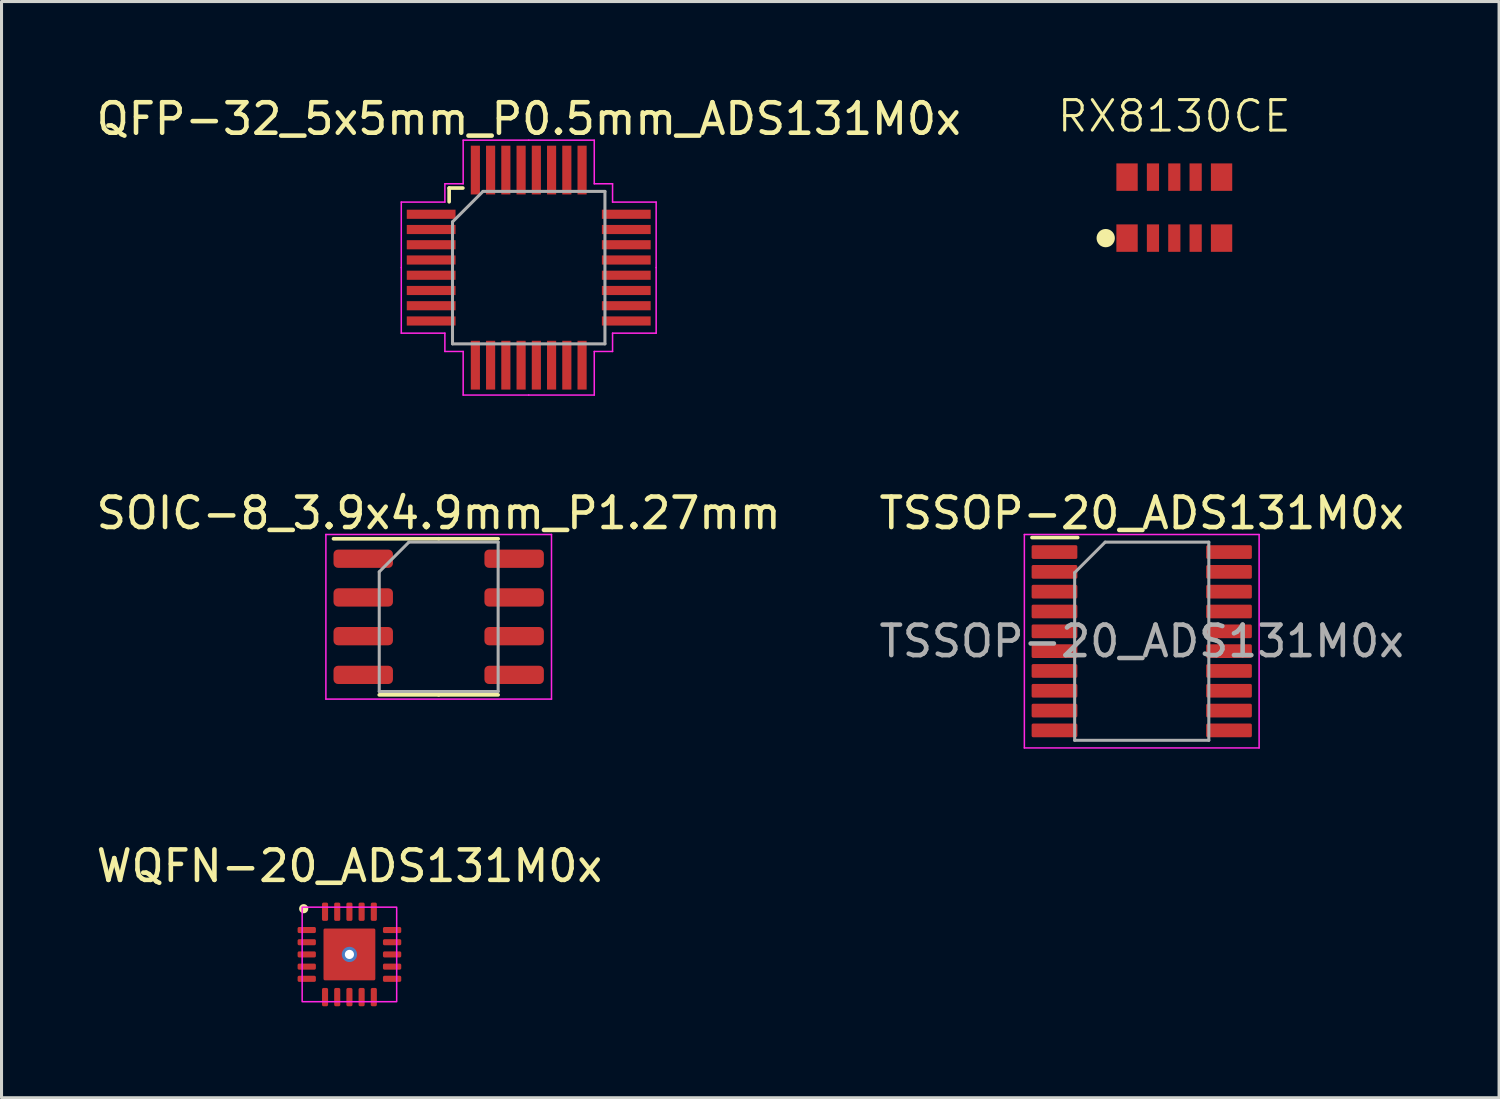
<source format=kicad_pcb>
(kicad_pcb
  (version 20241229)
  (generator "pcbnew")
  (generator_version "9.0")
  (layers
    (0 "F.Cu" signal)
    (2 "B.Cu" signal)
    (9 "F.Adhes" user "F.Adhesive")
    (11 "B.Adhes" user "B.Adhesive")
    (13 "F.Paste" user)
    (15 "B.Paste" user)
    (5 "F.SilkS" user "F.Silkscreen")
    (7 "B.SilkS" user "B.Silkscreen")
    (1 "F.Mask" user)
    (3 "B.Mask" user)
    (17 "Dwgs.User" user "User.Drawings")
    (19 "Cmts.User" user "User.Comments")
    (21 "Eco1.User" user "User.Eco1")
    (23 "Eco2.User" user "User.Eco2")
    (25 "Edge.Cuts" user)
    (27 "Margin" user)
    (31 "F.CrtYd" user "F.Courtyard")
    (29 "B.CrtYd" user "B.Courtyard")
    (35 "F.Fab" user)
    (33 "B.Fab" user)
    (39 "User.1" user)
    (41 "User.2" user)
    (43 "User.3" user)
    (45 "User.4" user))
  (footprint "TSSOP-20_ADS131M0x"
    (layer "F.Cu")
    (at 34.399 17.982)
    (property "Reference" "TSSOP-20_ADS131M0x" (at 0 -4.2 0) (layer "F.SilkS") (effects (font (size 1 1) (thickness 0.15))))
    (attr smd)
    (fp_line (start -2.1 -3.4) (end -3.6 -3.4) (stroke (width 0.12) (type solid)) (layer "F.SilkS"))
    (fp_line (start -3.85 -3.5) (end -3.85 3.5) (stroke (width 0.05) (type solid)) (layer "F.CrtYd"))
    (fp_line (start -3.85 3.5) (end 3.85 3.5) (stroke (width 0.05) (type solid)) (layer "F.CrtYd"))
    (fp_line (start 3.85 -3.5) (end -3.85 -3.5) (stroke (width 0.05) (type solid)) (layer "F.CrtYd"))
    (fp_line (start 3.85 3.5) (end 3.85 -3.5) (stroke (width 0.05) (type solid)) (layer "F.CrtYd"))
    (fp_line (start -2.2 -2.25) (end -1.2 -3.25) (stroke (width 0.1) (type solid)) (layer "F.Fab"))
    (fp_line (start -2.2 3.25) (end -2.2 -2.25) (stroke (width 0.1) (type solid)) (layer "F.Fab"))
    (fp_line (start -1.2 -3.25) (end 2.2 -3.25) (stroke (width 0.1) (type solid)) (layer "F.Fab"))
    (fp_line (start 2.2 -3.25) (end 2.2 3.25) (stroke (width 0.1) (type solid)) (layer "F.Fab"))
    (fp_line (start 2.2 3.25) (end -2.2 3.25) (stroke (width 0.1) (type solid)) (layer "F.Fab"))
    (fp_text user "${REFERENCE}" (at 0 0 0) (layer "F.Fab") (effects (font (size 1 1) (thickness 0.15))))
    (pad "1" smd roundrect (at -2.862 -2.925) (size 1.5 0.45) (layers "F.Cu" "F.Mask" "F.Paste") (roundrect_rratio 0.111))
    (pad "2" smd roundrect (at -2.862 -2.275) (size 1.5 0.45) (layers "F.Cu" "F.Mask" "F.Paste") (roundrect_rratio 0.111))
    (pad "3" smd roundrect (at -2.862 -1.625) (size 1.5 0.45) (layers "F.Cu" "F.Mask" "F.Paste") (roundrect_rratio 0.111))
    (pad "4" smd roundrect (at -2.862 -0.975) (size 1.5 0.45) (layers "F.Cu" "F.Mask" "F.Paste") (roundrect_rratio 0.111))
    (pad "5" smd roundrect (at -2.862 -0.325) (size 1.5 0.45) (layers "F.Cu" "F.Mask" "F.Paste") (roundrect_rratio 0.111))
    (pad "6" smd roundrect (at -2.862 0.325) (size 1.5 0.45) (layers "F.Cu" "F.Mask" "F.Paste") (roundrect_rratio 0.111))
    (pad "7" smd roundrect (at -2.862 0.975) (size 1.5 0.45) (layers "F.Cu" "F.Mask" "F.Paste") (roundrect_rratio 0.111))
    (pad "8" smd roundrect (at -2.862 1.625) (size 1.5 0.45) (layers "F.Cu" "F.Mask" "F.Paste") (roundrect_rratio 0.111))
    (pad "9" smd roundrect (at -2.862 2.275) (size 1.5 0.45) (layers "F.Cu" "F.Mask" "F.Paste") (roundrect_rratio 0.111))
    (pad "10" smd roundrect (at -2.862 2.925) (size 1.5 0.45) (layers "F.Cu" "F.Mask" "F.Paste") (roundrect_rratio 0.111))
    (pad "11" smd roundrect (at 2.862 2.925) (size 1.5 0.45) (layers "F.Cu" "F.Mask" "F.Paste") (roundrect_rratio 0.111))
    (pad "12" smd roundrect (at 2.862 2.275) (size 1.5 0.45) (layers "F.Cu" "F.Mask" "F.Paste") (roundrect_rratio 0.111))
    (pad "13" smd roundrect (at 2.862 1.625) (size 1.5 0.45) (layers "F.Cu" "F.Mask" "F.Paste") (roundrect_rratio 0.111))
    (pad "14" smd roundrect (at 2.862 0.975) (size 1.5 0.45) (layers "F.Cu" "F.Mask" "F.Paste") (roundrect_rratio 0.111))
    (pad "15" smd roundrect (at 2.862 0.325) (size 1.5 0.45) (layers "F.Cu" "F.Mask" "F.Paste") (roundrect_rratio 0.111))
    (pad "16" smd roundrect (at 2.862 -0.325) (size 1.5 0.45) (layers "F.Cu" "F.Mask" "F.Paste") (roundrect_rratio 0.111))
    (pad "17" smd roundrect (at 2.862 -0.975) (size 1.5 0.45) (layers "F.Cu" "F.Mask" "F.Paste") (roundrect_rratio 0.111))
    (pad "18" smd roundrect (at 2.862 -1.625) (size 1.5 0.45) (layers "F.Cu" "F.Mask" "F.Paste") (roundrect_rratio 0.111))
    (pad "19" smd roundrect (at 2.862 -2.275) (size 1.5 0.45) (layers "F.Cu" "F.Mask" "F.Paste") (roundrect_rratio 0.111))
    (pad "20" smd roundrect (at 2.862 -2.925) (size 1.5 0.45) (layers "F.Cu" "F.Mask" "F.Paste") (roundrect_rratio 0.111)))
  (footprint "QFP-32_5x5mm_P0.5mm_ADS131M0x"
    (layer "F.Cu")
    (at 14.292 5.728)
    (property "Reference" "QFP-32_5x5mm_P0.5mm_ADS131M0x" (at 0 -4.88 0) (layer "F.SilkS") (effects (font (size 1 1) (thickness 0.15))))
    (attr smd)
    (fp_line (start -2.61 -2.61) (end -2.61 -2.16) (stroke (width 0.12) (type solid)) (layer "F.SilkS"))
    (fp_line (start -2.16 -2.61) (end -2.61 -2.61) (stroke (width 0.12) (type solid)) (layer "F.SilkS"))
    (fp_line (start -4.18 -2.15) (end -4.18 0) (stroke (width 0.05) (type solid)) (layer "F.CrtYd"))
    (fp_line (start -4.18 2.15) (end -4.18 0) (stroke (width 0.05) (type solid)) (layer "F.CrtYd"))
    (fp_line (start -2.75 -2.75) (end -2.75 -2.15) (stroke (width 0.05) (type solid)) (layer "F.CrtYd"))
    (fp_line (start -2.75 -2.15) (end -4.18 -2.15) (stroke (width 0.05) (type solid)) (layer "F.CrtYd"))
    (fp_line (start -2.75 2.15) (end -4.18 2.15) (stroke (width 0.05) (type solid)) (layer "F.CrtYd"))
    (fp_line (start -2.75 2.75) (end -2.75 2.15) (stroke (width 0.05) (type solid)) (layer "F.CrtYd"))
    (fp_line (start -2.15 -4.18) (end -2.15 -2.75) (stroke (width 0.05) (type solid)) (layer "F.CrtYd"))
    (fp_line (start -2.15 -2.75) (end -2.75 -2.75) (stroke (width 0.05) (type solid)) (layer "F.CrtYd"))
    (fp_line (start -2.15 2.75) (end -2.75 2.75) (stroke (width 0.05) (type solid)) (layer "F.CrtYd"))
    (fp_line (start -2.15 4.18) (end -2.15 2.75) (stroke (width 0.05) (type solid)) (layer "F.CrtYd"))
    (fp_line (start 0 -4.18) (end -2.15 -4.18) (stroke (width 0.05) (type solid)) (layer "F.CrtYd"))
    (fp_line (start 0 -4.18) (end 2.15 -4.18) (stroke (width 0.05) (type solid)) (layer "F.CrtYd"))
    (fp_line (start 0 4.18) (end -2.15 4.18) (stroke (width 0.05) (type solid)) (layer "F.CrtYd"))
    (fp_line (start 0 4.18) (end 2.15 4.18) (stroke (width 0.05) (type solid)) (layer "F.CrtYd"))
    (fp_line (start 2.15 -4.18) (end 2.15 -2.75) (stroke (width 0.05) (type solid)) (layer "F.CrtYd"))
    (fp_line (start 2.15 -2.75) (end 2.75 -2.75) (stroke (width 0.05) (type solid)) (layer "F.CrtYd"))
    (fp_line (start 2.15 2.75) (end 2.75 2.75) (stroke (width 0.05) (type solid)) (layer "F.CrtYd"))
    (fp_line (start 2.15 4.18) (end 2.15 2.75) (stroke (width 0.05) (type solid)) (layer "F.CrtYd"))
    (fp_line (start 2.75 -2.75) (end 2.75 -2.15) (stroke (width 0.05) (type solid)) (layer "F.CrtYd"))
    (fp_line (start 2.75 -2.15) (end 4.18 -2.15) (stroke (width 0.05) (type solid)) (layer "F.CrtYd"))
    (fp_line (start 2.75 2.15) (end 4.18 2.15) (stroke (width 0.05) (type solid)) (layer "F.CrtYd"))
    (fp_line (start 2.75 2.75) (end 2.75 2.15) (stroke (width 0.05) (type solid)) (layer "F.CrtYd"))
    (fp_line (start 4.18 -2.15) (end 4.18 0) (stroke (width 0.05) (type solid)) (layer "F.CrtYd"))
    (fp_line (start 4.18 2.15) (end 4.18 0) (stroke (width 0.05) (type solid)) (layer "F.CrtYd"))
    (fp_line (start -2.5 -1.5) (end -1.5 -2.5) (stroke (width 0.1) (type solid)) (layer "F.Fab"))
    (fp_line (start -2.5 2.5) (end -2.5 -1.5) (stroke (width 0.1) (type solid)) (layer "F.Fab"))
    (fp_line (start -1.5 -2.5) (end 2.5 -2.5) (stroke (width 0.1) (type solid)) (layer "F.Fab"))
    (fp_line (start 2.5 -2.5) (end 2.5 2.5) (stroke (width 0.1) (type solid)) (layer "F.Fab"))
    (fp_line (start 2.5 2.5) (end -2.5 2.5) (stroke (width 0.1) (type solid)) (layer "F.Fab"))
    (pad "1" smd rect (at -3.2 -1.75) (size 1.6 0.3) (layers "F.Cu" "F.Mask" "F.Paste"))
    (pad "2" smd rect (at -3.2 -1.25) (size 1.6 0.3) (layers "F.Cu" "F.Mask" "F.Paste"))
    (pad "3" smd rect (at -3.2 -0.75) (size 1.6 0.3) (layers "F.Cu" "F.Mask" "F.Paste"))
    (pad "4" smd rect (at -3.2 -0.25) (size 1.6 0.3) (layers "F.Cu" "F.Mask" "F.Paste"))
    (pad "5" smd rect (at -3.2 0.25) (size 1.6 0.3) (layers "F.Cu" "F.Mask" "F.Paste"))
    (pad "6" smd rect (at -3.2 0.75) (size 1.6 0.3) (layers "F.Cu" "F.Mask" "F.Paste"))
    (pad "7" smd rect (at -3.2 1.25) (size 1.6 0.3) (layers "F.Cu" "F.Mask" "F.Paste"))
    (pad "8" smd rect (at -3.2 1.75) (size 1.6 0.3) (layers "F.Cu" "F.Mask" "F.Paste"))
    (pad "9" smd rect (at -1.75 3.2 90) (size 1.6 0.3) (layers "F.Cu" "F.Mask" "F.Paste"))
    (pad "10" smd rect (at -1.25 3.2 90) (size 1.6 0.3) (layers "F.Cu" "F.Mask" "F.Paste"))
    (pad "11" smd rect (at -0.75 3.2 90) (size 1.6 0.3) (layers "F.Cu" "F.Mask" "F.Paste"))
    (pad "12" smd rect (at -0.25 3.2 90) (size 1.6 0.3) (layers "F.Cu" "F.Mask" "F.Paste"))
    (pad "13" smd rect (at 0.25 3.2 90) (size 1.6 0.3) (layers "F.Cu" "F.Mask" "F.Paste"))
    (pad "14" smd rect (at 0.75 3.2 90) (size 1.6 0.3) (layers "F.Cu" "F.Mask" "F.Paste"))
    (pad "15" smd rect (at 1.25 3.2 90) (size 1.6 0.3) (layers "F.Cu" "F.Mask" "F.Paste"))
    (pad "16" smd rect (at 1.75 3.2 90) (size 1.6 0.3) (layers "F.Cu" "F.Mask" "F.Paste"))
    (pad "17" smd rect (at 3.2 1.75) (size 1.6 0.3) (layers "F.Cu" "F.Mask" "F.Paste"))
    (pad "18" smd rect (at 3.2 1.25) (size 1.6 0.3) (layers "F.Cu" "F.Mask" "F.Paste"))
    (pad "19" smd rect (at 3.2 0.75) (size 1.6 0.3) (layers "F.Cu" "F.Mask" "F.Paste"))
    (pad "20" smd rect (at 3.2 0.25) (size 1.6 0.3) (layers "F.Cu" "F.Mask" "F.Paste"))
    (pad "21" smd rect (at 3.2 -0.25) (size 1.6 0.3) (layers "F.Cu" "F.Mask" "F.Paste"))
    (pad "22" smd rect (at 3.2 -0.75) (size 1.6 0.3) (layers "F.Cu" "F.Mask" "F.Paste"))
    (pad "23" smd rect (at 3.2 -1.25) (size 1.6 0.3) (layers "F.Cu" "F.Mask" "F.Paste"))
    (pad "24" smd rect (at 3.2 -1.75) (size 1.6 0.3) (layers "F.Cu" "F.Mask" "F.Paste"))
    (pad "25" smd rect (at 1.75 -3.2 90) (size 1.6 0.3) (layers "F.Cu" "F.Mask" "F.Paste"))
    (pad "26" smd rect (at 1.25 -3.2 90) (size 1.6 0.3) (layers "F.Cu" "F.Mask" "F.Paste"))
    (pad "27" smd rect (at 0.75 -3.2 90) (size 1.6 0.3) (layers "F.Cu" "F.Mask" "F.Paste"))
    (pad "28" smd rect (at 0.25 -3.2 90) (size 1.6 0.3) (layers "F.Cu" "F.Mask" "F.Paste"))
    (pad "29" smd rect (at -0.25 -3.2 90) (size 1.6 0.3) (layers "F.Cu" "F.Mask" "F.Paste"))
    (pad "30" smd rect (at -0.75 -3.2 90) (size 1.6 0.3) (layers "F.Cu" "F.Mask" "F.Paste"))
    (pad "31" smd rect (at -1.25 -3.2 90) (size 1.6 0.3) (layers "F.Cu" "F.Mask" "F.Paste"))
    (pad "32" smd rect (at -1.75 -3.2 90) (size 1.6 0.3) (layers "F.Cu" "F.Mask" "F.Paste")))
  (footprint "RX8130CE"
    (layer "F.Cu")
    (at 35.467 3.76)
    (property "Reference" "RX8130CE" (at 0 -3 0) (unlocked yes) (layer "F.SilkS") (effects (font (size 1 1) (thickness 0.1))))
    (attr smd)
    (fp_circle (center -2.25 1) (end -2 1) (stroke (width 0.1) (type solid)) (fill yes) (layer "F.SilkS"))
    (pad "1" smd rect (at -1.55 1) (size 0.7 0.9) (layers "F.Cu" "F.Mask" "F.Paste"))
    (pad "2" smd rect (at -0.7 1) (size 0.4 0.9) (layers "F.Cu" "F.Mask" "F.Paste"))
    (pad "3" smd rect (at 0 1) (size 0.4 0.9) (layers "F.Cu" "F.Mask" "F.Paste"))
    (pad "4" smd rect (at 0.7 1) (size 0.4 0.9) (layers "F.Cu" "F.Mask" "F.Paste"))
    (pad "5" smd rect (at 1.55 1) (size 0.7 0.9) (layers "F.Cu" "F.Mask" "F.Paste"))
    (pad "6" smd rect (at 1.55 -1) (size 0.7 0.9) (layers "F.Cu" "F.Mask" "F.Paste"))
    (pad "7" smd rect (at 0.7 -1) (size 0.4 0.9) (layers "F.Cu" "F.Mask" "F.Paste"))
    (pad "8" smd rect (at 0 -1) (size 0.4 0.9) (layers "F.Cu" "F.Mask" "F.Paste"))
    (pad "9" smd rect (at -0.7 -1) (size 0.4 0.9) (layers "F.Cu" "F.Mask" "F.Paste"))
    (pad "10" smd rect (at -1.55 -1) (size 0.7 0.9) (layers "F.Cu" "F.Mask" "F.Paste")))
  (footprint "WQFN-20_ADS131M0x"
    (layer "F.Cu")
    (at 8.411 28.255)
    (property "Reference" "WQFN-20_ADS131M0x" (at 0 -2.9 0) (unlocked yes) (layer "F.SilkS") (effects (font (size 1 1) (thickness 0.15))))
    (attr smd)
    (fp_circle (center -1.5 -1.5) (end -1.4 -1.5) (stroke (width 0.1) (type solid)) (fill yes) (layer "F.SilkS"))
    (fp_rect (start -0.8 -0.8) (end -0.15 -0.15) (stroke (width 0.1) (type solid)) (fill yes) (layer "F.Paste"))
    (fp_rect (start -0.8 0.8) (end -0.15 0.15) (stroke (width 0.1) (type solid)) (fill yes) (layer "F.Paste"))
    (fp_rect (start 0.8 -0.8) (end 0.15 -0.15) (stroke (width 0.1) (type solid)) (fill yes) (layer "F.Paste"))
    (fp_rect (start 0.8 0.8) (end 0.15 0.15) (stroke (width 0.1) (type solid)) (fill yes) (layer "F.Paste"))
    (fp_rect (start -1.55 -1.55) (end 1.55 1.55) (stroke (width 0.05) (type default)) (fill no) (layer "F.CrtYd"))
    (pad "1" smd roundrect (at -1.4 -0.8) (size 0.6 0.2) (layers "F.Cu" "F.Mask" "F.Paste") (roundrect_rratio 0.25))
    (pad "2" smd roundrect (at -1.4 -0.4) (size 0.6 0.2) (layers "F.Cu" "F.Mask" "F.Paste") (roundrect_rratio 0.25))
    (pad "3" smd roundrect (at -1.4 0) (size 0.6 0.2) (layers "F.Cu" "F.Mask" "F.Paste") (roundrect_rratio 0.25))
    (pad "4" smd roundrect (at -1.4 0.4) (size 0.6 0.2) (layers "F.Cu" "F.Mask" "F.Paste") (roundrect_rratio 0.25))
    (pad "5" smd roundrect (at -1.4 0.8) (size 0.6 0.2) (layers "F.Cu" "F.Mask" "F.Paste") (roundrect_rratio 0.25))
    (pad "6" smd roundrect (at -0.8 1.4 90) (size 0.6 0.2) (layers "F.Cu" "F.Mask" "F.Paste") (roundrect_rratio 0.25))
    (pad "7" smd roundrect (at -0.4 1.4 90) (size 0.6 0.2) (layers "F.Cu" "F.Mask" "F.Paste") (roundrect_rratio 0.25))
    (pad "8" smd roundrect (at 0 1.4 90) (size 0.6 0.2) (layers "F.Cu" "F.Mask" "F.Paste") (roundrect_rratio 0.25))
    (pad "9" smd roundrect (at 0.4 1.4 90) (size 0.6 0.2) (layers "F.Cu" "F.Mask" "F.Paste") (roundrect_rratio 0.25))
    (pad "10" smd roundrect (at 0.8 1.4 90) (size 0.6 0.2) (layers "F.Cu" "F.Mask" "F.Paste") (roundrect_rratio 0.25))
    (pad "11" smd roundrect (at 1.4 0.8 180) (size 0.6 0.2) (layers "F.Cu" "F.Mask" "F.Paste") (roundrect_rratio 0.25))
    (pad "12" smd roundrect (at 1.4 0.4 180) (size 0.6 0.2) (layers "F.Cu" "F.Mask" "F.Paste") (roundrect_rratio 0.25))
    (pad "13" smd roundrect (at 1.4 0 180) (size 0.6 0.2) (layers "F.Cu" "F.Mask" "F.Paste") (roundrect_rratio 0.25))
    (pad "14" smd roundrect (at 1.4 -0.4 180) (size 0.6 0.2) (layers "F.Cu" "F.Mask" "F.Paste") (roundrect_rratio 0.25))
    (pad "15" smd roundrect (at 1.4 -0.8 180) (size 0.6 0.2) (layers "F.Cu" "F.Mask" "F.Paste") (roundrect_rratio 0.25))
    (pad "16" smd roundrect (at 0.8 -1.4 270) (size 0.6 0.2) (layers "F.Cu" "F.Mask" "F.Paste") (roundrect_rratio 0.25))
    (pad "17" smd roundrect (at 0.4 -1.4 270) (size 0.6 0.2) (layers "F.Cu" "F.Mask" "F.Paste") (roundrect_rratio 0.25))
    (pad "18" smd roundrect (at 0 -1.4 270) (size 0.6 0.2) (layers "F.Cu" "F.Mask" "F.Paste") (roundrect_rratio 0.25))
    (pad "19" smd roundrect (at -0.4 -1.4 270) (size 0.6 0.2) (layers "F.Cu" "F.Mask" "F.Paste") (roundrect_rratio 0.25))
    (pad "20" smd roundrect (at -0.8 -1.4 270) (size 0.6 0.2) (layers "F.Cu" "F.Mask" "F.Paste") (roundrect_rratio 0.25))
    (pad "PAD" thru_hole circle (at 0 0) (size 0.5 0.5) (drill 0.3) (layers "*.Cu" "F.Mask"))
    (pad "PAD" smd roundrect (at 0 0) (size 1.7 1.7) (layers "F.Cu" "F.Mask") (roundrect_rratio 0.029)))
  (footprint "SOIC-8_3.9x4.9mm_P1.27mm"
    (layer "F.Cu")
    (at 11.339 17.181)
    (property "Reference" "SOIC-8_3.9x4.9mm_P1.27mm" (at 0 -3.4 0) (layer "F.SilkS") (effects (font (size 1 1) (thickness 0.15))))
    (attr smd)
    (fp_line (start 0 -2.56) (end -3.45 -2.56) (stroke (width 0.12) (type solid)) (layer "F.SilkS"))
    (fp_line (start 0 -2.56) (end 1.95 -2.56) (stroke (width 0.12) (type solid)) (layer "F.SilkS"))
    (fp_line (start 0 2.56) (end -1.95 2.56) (stroke (width 0.12) (type solid)) (layer "F.SilkS"))
    (fp_line (start 0 2.56) (end 1.95 2.56) (stroke (width 0.12) (type solid)) (layer "F.SilkS"))
    (fp_line (start -3.7 -2.7) (end -3.7 2.7) (stroke (width 0.05) (type solid)) (layer "F.CrtYd"))
    (fp_line (start -3.7 2.7) (end 3.7 2.7) (stroke (width 0.05) (type solid)) (layer "F.CrtYd"))
    (fp_line (start 3.7 -2.7) (end -3.7 -2.7) (stroke (width 0.05) (type solid)) (layer "F.CrtYd"))
    (fp_line (start 3.7 2.7) (end 3.7 -2.7) (stroke (width 0.05) (type solid)) (layer "F.CrtYd"))
    (fp_line (start -1.95 -1.475) (end -0.975 -2.45) (stroke (width 0.1) (type solid)) (layer "F.Fab"))
    (fp_line (start -1.95 2.45) (end -1.95 -1.475) (stroke (width 0.1) (type solid)) (layer "F.Fab"))
    (fp_line (start -0.975 -2.45) (end 1.95 -2.45) (stroke (width 0.1) (type solid)) (layer "F.Fab"))
    (fp_line (start 1.95 -2.45) (end 1.95 2.45) (stroke (width 0.1) (type solid)) (layer "F.Fab"))
    (fp_line (start 1.95 2.45) (end -1.95 2.45) (stroke (width 0.1) (type solid)) (layer "F.Fab"))
    (pad "1" smd roundrect (at -2.475 -1.905) (size 1.95 0.6) (layers "F.Cu" "F.Mask" "F.Paste") (roundrect_rratio 0.25))
    (pad "2" smd roundrect (at -2.475 -0.635) (size 1.95 0.6) (layers "F.Cu" "F.Mask" "F.Paste") (roundrect_rratio 0.25))
    (pad "3" smd roundrect (at -2.475 0.635) (size 1.95 0.6) (layers "F.Cu" "F.Mask" "F.Paste") (roundrect_rratio 0.25))
    (pad "4" smd roundrect (at -2.475 1.905) (size 1.95 0.6) (layers "F.Cu" "F.Mask" "F.Paste") (roundrect_rratio 0.25))
    (pad "5" smd roundrect (at 2.475 1.905) (size 1.95 0.6) (layers "F.Cu" "F.Mask" "F.Paste") (roundrect_rratio 0.25))
    (pad "6" smd roundrect (at 2.475 0.635) (size 1.95 0.6) (layers "F.Cu" "F.Mask" "F.Paste") (roundrect_rratio 0.25))
    (pad "7" smd roundrect (at 2.475 -0.635) (size 1.95 0.6) (layers "F.Cu" "F.Mask" "F.Paste") (roundrect_rratio 0.25))
    (pad "8" smd roundrect (at 2.475 -1.905) (size 1.95 0.6) (layers "F.Cu" "F.Mask" "F.Paste") (roundrect_rratio 0.25)))
  (gr_rect
    (start -3 -3)
    (end 46.119 32.955)
    (stroke (width 0.1) (type default))
    (fill no)
    (layer "Edge.Cuts")))
</source>
